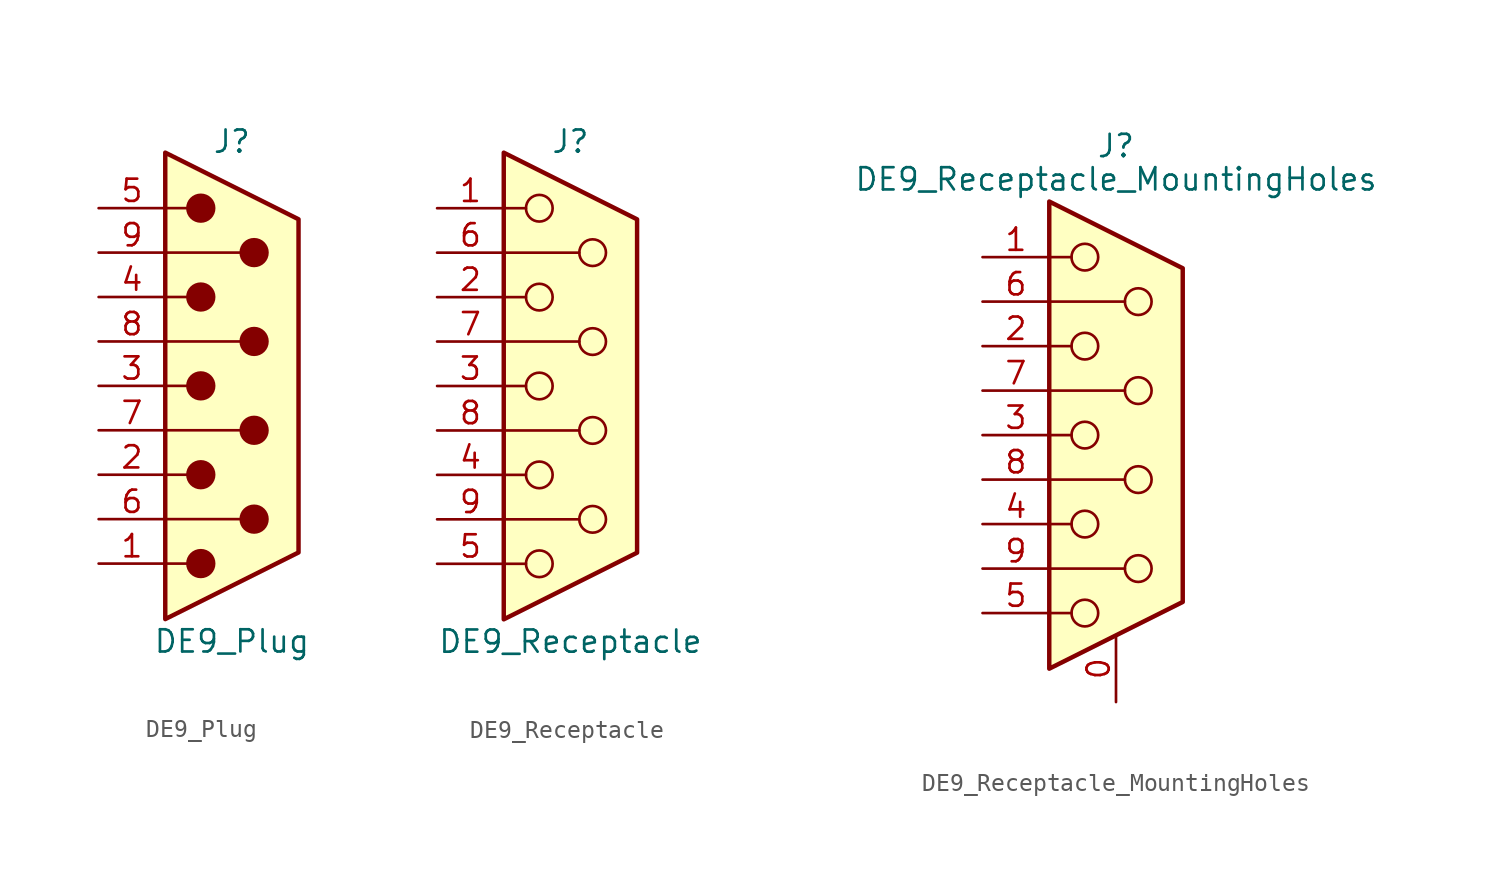
<source format=kicad_sym>
(kicad_symbol_lib
  (version 20220914)
  (generator kicad_symbol_editor)
  (symbol "DE9_Plug"
    (pin_names
      (offset 1.016) hide)
    (property "Reference" "J"
      (at 0 13.97 0)
      (effects (font (size 1.27 1.27))))
    (property "Value" "DE9_Plug"
      (at 0 -14.605 0)
      (effects (font (size 1.27 1.27))))
    (symbol "DE9_Plug_0_1"
      (circle (center -1.778 -10.16) (radius 0.762) (stroke (width 0) (type default)) (fill (type outline)))
      (circle (center -1.778 -5.08) (radius 0.762) (stroke (width 0) (type default)) (fill (type outline)))
      (circle (center -1.778 0) (radius 0.762) (stroke (width 0) (type default)) (fill (type outline)))
      (circle (center -1.778 5.08) (radius 0.762) (stroke (width 0) (type default)) (fill (type outline)))
      (circle (center -1.778 10.16) (radius 0.762) (stroke (width 0) (type default)) (fill (type outline)))
      (polyline (pts (xy -3.81 -10.16) (xy -2.54 -10.16)) (stroke (width 0) (type default)) (fill (type none)))
      (polyline (pts (xy -3.81 -7.62) (xy 0.508 -7.62)) (stroke (width 0) (type default)) (fill (type none)))
      (polyline (pts (xy -3.81 -5.08) (xy -2.54 -5.08)) (stroke (width 0) (type default)) (fill (type none)))
      (polyline (pts (xy -3.81 -2.54) (xy 0.508 -2.54)) (stroke (width 0) (type default)) (fill (type none)))
      (polyline (pts (xy -3.81 0) (xy -2.54 0)) (stroke (width 0) (type default)) (fill (type none)))
      (polyline (pts (xy -3.81 2.54) (xy 0.508 2.54)) (stroke (width 0) (type default)) (fill (type none)))
      (polyline (pts (xy -3.81 5.08) (xy -2.54 5.08)) (stroke (width 0) (type default)) (fill (type none)))
      (polyline (pts (xy -3.81 7.62) (xy 0.508 7.62)) (stroke (width 0) (type default)) (fill (type none)))
      (polyline (pts (xy -3.81 10.16) (xy -2.54 10.16)) (stroke (width 0) (type default)) (fill (type none)))
      (polyline (pts (xy -3.81 -13.335) (xy -3.81 13.335) (xy 3.81 9.525) (xy 3.81 -9.525) (xy -3.81 -13.335)) (stroke (width 0.254) (type default)) (fill (type background)))
      (circle (center 1.27 -7.62) (radius 0.762) (stroke (width 0) (type default)) (fill (type outline)))
      (circle (center 1.27 -2.54) (radius 0.762) (stroke (width 0) (type default)) (fill (type outline)))
      (circle (center 1.27 2.54) (radius 0.762) (stroke (width 0) (type default)) (fill (type outline)))
      (circle (center 1.27 7.62) (radius 0.762) (stroke (width 0) (type default)) (fill (type outline))))
    (symbol "DE9_Plug_1_1"
      (pin passive line (at -7.62 -10.16 0) (length 3.81) (name "1" (effects (font (size 1.27 1.27)))) (number "1" (effects (font (size 1.27 1.27)))))
      (pin passive line (at -7.62 -5.08 0) (length 3.81) (name "2" (effects (font (size 1.27 1.27)))) (number "2" (effects (font (size 1.27 1.27)))))
      (pin passive line (at -7.62 0 0) (length 3.81) (name "3" (effects (font (size 1.27 1.27)))) (number "3" (effects (font (size 1.27 1.27)))))
      (pin passive line (at -7.62 5.08 0) (length 3.81) (name "4" (effects (font (size 1.27 1.27)))) (number "4" (effects (font (size 1.27 1.27)))))
      (pin passive line (at -7.62 10.16 0) (length 3.81) (name "5" (effects (font (size 1.27 1.27)))) (number "5" (effects (font (size 1.27 1.27)))))
      (pin passive line (at -7.62 -7.62 0) (length 3.81) (name "6" (effects (font (size 1.27 1.27)))) (number "6" (effects (font (size 1.27 1.27)))))
      (pin passive line (at -7.62 -2.54 0) (length 3.81) (name "7" (effects (font (size 1.27 1.27)))) (number "7" (effects (font (size 1.27 1.27)))))
      (pin passive line (at -7.62 2.54 0) (length 3.81) (name "8" (effects (font (size 1.27 1.27)))) (number "8" (effects (font (size 1.27 1.27)))))
      (pin passive line (at -7.62 7.62 0) (length 3.81) (name "9" (effects (font (size 1.27 1.27)))) (number "9" (effects (font (size 1.27 1.27)))))))
  (symbol "DE9_Receptacle"
    (pin_names
      (offset 1.016) hide)
    (property "Reference" "J"
      (at 0 13.97 0)
      (effects (font (size 1.27 1.27))))
    (property "Value" "DE9_Receptacle"
      (at 0 -14.605 0)
      (effects (font (size 1.27 1.27))))
    (symbol "DE9_Receptacle_0_1"
      (circle (center -1.778 -10.16) (radius 0.762) (stroke (width 0) (type default)) (fill (type none)))
      (circle (center -1.778 -5.08) (radius 0.762) (stroke (width 0) (type default)) (fill (type none)))
      (circle (center -1.778 0) (radius 0.762) (stroke (width 0) (type default)) (fill (type none)))
      (circle (center -1.778 5.08) (radius 0.762) (stroke (width 0) (type default)) (fill (type none)))
      (circle (center -1.778 10.16) (radius 0.762) (stroke (width 0) (type default)) (fill (type none)))
      (polyline (pts (xy -3.81 -10.16) (xy -2.54 -10.16)) (stroke (width 0) (type default)) (fill (type none)))
      (polyline (pts (xy -3.81 -7.62) (xy 0.508 -7.62)) (stroke (width 0) (type default)) (fill (type none)))
      (polyline (pts (xy -3.81 -5.08) (xy -2.54 -5.08)) (stroke (width 0) (type default)) (fill (type none)))
      (polyline (pts (xy -3.81 -2.54) (xy 0.508 -2.54)) (stroke (width 0) (type default)) (fill (type none)))
      (polyline (pts (xy -3.81 0) (xy -2.54 0)) (stroke (width 0) (type default)) (fill (type none)))
      (polyline (pts (xy -3.81 2.54) (xy 0.508 2.54)) (stroke (width 0) (type default)) (fill (type none)))
      (polyline (pts (xy -3.81 5.08) (xy -2.54 5.08)) (stroke (width 0) (type default)) (fill (type none)))
      (polyline (pts (xy -3.81 7.62) (xy 0.508 7.62)) (stroke (width 0) (type default)) (fill (type none)))
      (polyline (pts (xy -3.81 10.16) (xy -2.54 10.16)) (stroke (width 0) (type default)) (fill (type none)))
      (polyline (pts (xy -3.81 13.335) (xy -3.81 -13.335) (xy 3.81 -9.525) (xy 3.81 9.525) (xy -3.81 13.335)) (stroke (width 0.254) (type default)) (fill (type background)))
      (circle (center 1.27 -7.62) (radius 0.762) (stroke (width 0) (type default)) (fill (type none)))
      (circle (center 1.27 -2.54) (radius 0.762) (stroke (width 0) (type default)) (fill (type none)))
      (circle (center 1.27 2.54) (radius 0.762) (stroke (width 0) (type default)) (fill (type none)))
      (circle (center 1.27 7.62) (radius 0.762) (stroke (width 0) (type default)) (fill (type none))))
    (symbol "DE9_Receptacle_1_1"
      (pin passive line (at -7.62 10.16 0) (length 3.81) (name "1" (effects (font (size 1.27 1.27)))) (number "1" (effects (font (size 1.27 1.27)))))
      (pin passive line (at -7.62 5.08 0) (length 3.81) (name "2" (effects (font (size 1.27 1.27)))) (number "2" (effects (font (size 1.27 1.27)))))
      (pin passive line (at -7.62 0 0) (length 3.81) (name "3" (effects (font (size 1.27 1.27)))) (number "3" (effects (font (size 1.27 1.27)))))
      (pin passive line (at -7.62 -5.08 0) (length 3.81) (name "4" (effects (font (size 1.27 1.27)))) (number "4" (effects (font (size 1.27 1.27)))))
      (pin passive line (at -7.62 -10.16 0) (length 3.81) (name "5" (effects (font (size 1.27 1.27)))) (number "5" (effects (font (size 1.27 1.27)))))
      (pin passive line (at -7.62 7.62 0) (length 3.81) (name "6" (effects (font (size 1.27 1.27)))) (number "6" (effects (font (size 1.27 1.27)))))
      (pin passive line (at -7.62 2.54 0) (length 3.81) (name "7" (effects (font (size 1.27 1.27)))) (number "7" (effects (font (size 1.27 1.27)))))
      (pin passive line (at -7.62 -2.54 0) (length 3.81) (name "8" (effects (font (size 1.27 1.27)))) (number "8" (effects (font (size 1.27 1.27)))))
      (pin passive line (at -7.62 -7.62 0) (length 3.81) (name "9" (effects (font (size 1.27 1.27)))) (number "9" (effects (font (size 1.27 1.27)))))))
  (symbol "DE9_Receptacle_MountingHoles"
    (pin_names
      (offset 1.016) hide)
    (property "Reference" "J"
      (at 0 16.51 0)
      (effects (font (size 1.27 1.27))))
    (property "Value" "DE9_Receptacle_MountingHoles"
      (at 0 14.605 0)
      (effects (font (size 1.27 1.27))))
    (symbol "DE9_Receptacle_MountingHoles_0_1"
      (circle (center -1.778 -10.16) (radius 0.762) (stroke (width 0) (type default)) (fill (type none)))
      (circle (center -1.778 -5.08) (radius 0.762) (stroke (width 0) (type default)) (fill (type none)))
      (circle (center -1.778 0) (radius 0.762) (stroke (width 0) (type default)) (fill (type none)))
      (circle (center -1.778 5.08) (radius 0.762) (stroke (width 0) (type default)) (fill (type none)))
      (circle (center -1.778 10.16) (radius 0.762) (stroke (width 0) (type default)) (fill (type none)))
      (polyline (pts (xy -3.81 -10.16) (xy -2.54 -10.16)) (stroke (width 0) (type default)) (fill (type none)))
      (polyline (pts (xy -3.81 -7.62) (xy 0.508 -7.62)) (stroke (width 0) (type default)) (fill (type none)))
      (polyline (pts (xy -3.81 -5.08) (xy -2.54 -5.08)) (stroke (width 0) (type default)) (fill (type none)))
      (polyline (pts (xy -3.81 -2.54) (xy 0.508 -2.54)) (stroke (width 0) (type default)) (fill (type none)))
      (polyline (pts (xy -3.81 0) (xy -2.54 0)) (stroke (width 0) (type default)) (fill (type none)))
      (polyline (pts (xy -3.81 2.54) (xy 0.508 2.54)) (stroke (width 0) (type default)) (fill (type none)))
      (polyline (pts (xy -3.81 5.08) (xy -2.54 5.08)) (stroke (width 0) (type default)) (fill (type none)))
      (polyline (pts (xy -3.81 7.62) (xy 0.508 7.62)) (stroke (width 0) (type default)) (fill (type none)))
      (polyline (pts (xy -3.81 10.16) (xy -2.54 10.16)) (stroke (width 0) (type default)) (fill (type none)))
      (polyline (pts (xy -3.81 13.335) (xy -3.81 -13.335) (xy 3.81 -9.525) (xy 3.81 9.525) (xy -3.81 13.335)) (stroke (width 0.254) (type default)) (fill (type background)))
      (circle (center 1.27 -7.62) (radius 0.762) (stroke (width 0) (type default)) (fill (type none)))
      (circle (center 1.27 -2.54) (radius 0.762) (stroke (width 0) (type default)) (fill (type none)))
      (circle (center 1.27 2.54) (radius 0.762) (stroke (width 0) (type default)) (fill (type none)))
      (circle (center 1.27 7.62) (radius 0.762) (stroke (width 0) (type default)) (fill (type none))))
    (symbol "DE9_Receptacle_MountingHoles_1_1"
      (pin passive line (at 0 -15.24 90) (length 3.81) (name "PAD" (effects (font (size 1.27 1.27)))) (number "0" (effects (font (size 1.27 1.27)))))
      (pin passive line (at -7.62 10.16 0) (length 3.81) (name "1" (effects (font (size 1.27 1.27)))) (number "1" (effects (font (size 1.27 1.27)))))
      (pin passive line (at -7.62 5.08 0) (length 3.81) (name "2" (effects (font (size 1.27 1.27)))) (number "2" (effects (font (size 1.27 1.27)))))
      (pin passive line (at -7.62 0 0) (length 3.81) (name "3" (effects (font (size 1.27 1.27)))) (number "3" (effects (font (size 1.27 1.27)))))
      (pin passive line (at -7.62 -5.08 0) (length 3.81) (name "4" (effects (font (size 1.27 1.27)))) (number "4" (effects (font (size 1.27 1.27)))))
      (pin passive line (at -7.62 -10.16 0) (length 3.81) (name "5" (effects (font (size 1.27 1.27)))) (number "5" (effects (font (size 1.27 1.27)))))
      (pin passive line (at -7.62 7.62 0) (length 3.81) (name "6" (effects (font (size 1.27 1.27)))) (number "6" (effects (font (size 1.27 1.27)))))
      (pin passive line (at -7.62 2.54 0) (length 3.81) (name "7" (effects (font (size 1.27 1.27)))) (number "7" (effects (font (size 1.27 1.27)))))
      (pin passive line (at -7.62 -2.54 0) (length 3.81) (name "8" (effects (font (size 1.27 1.27)))) (number "8" (effects (font (size 1.27 1.27)))))
      (pin passive line (at -7.62 -7.62 0) (length 3.81) (name "9" (effects (font (size 1.27 1.27)))) (number "9" (effects (font (size 1.27 1.27))))))))
</source>
